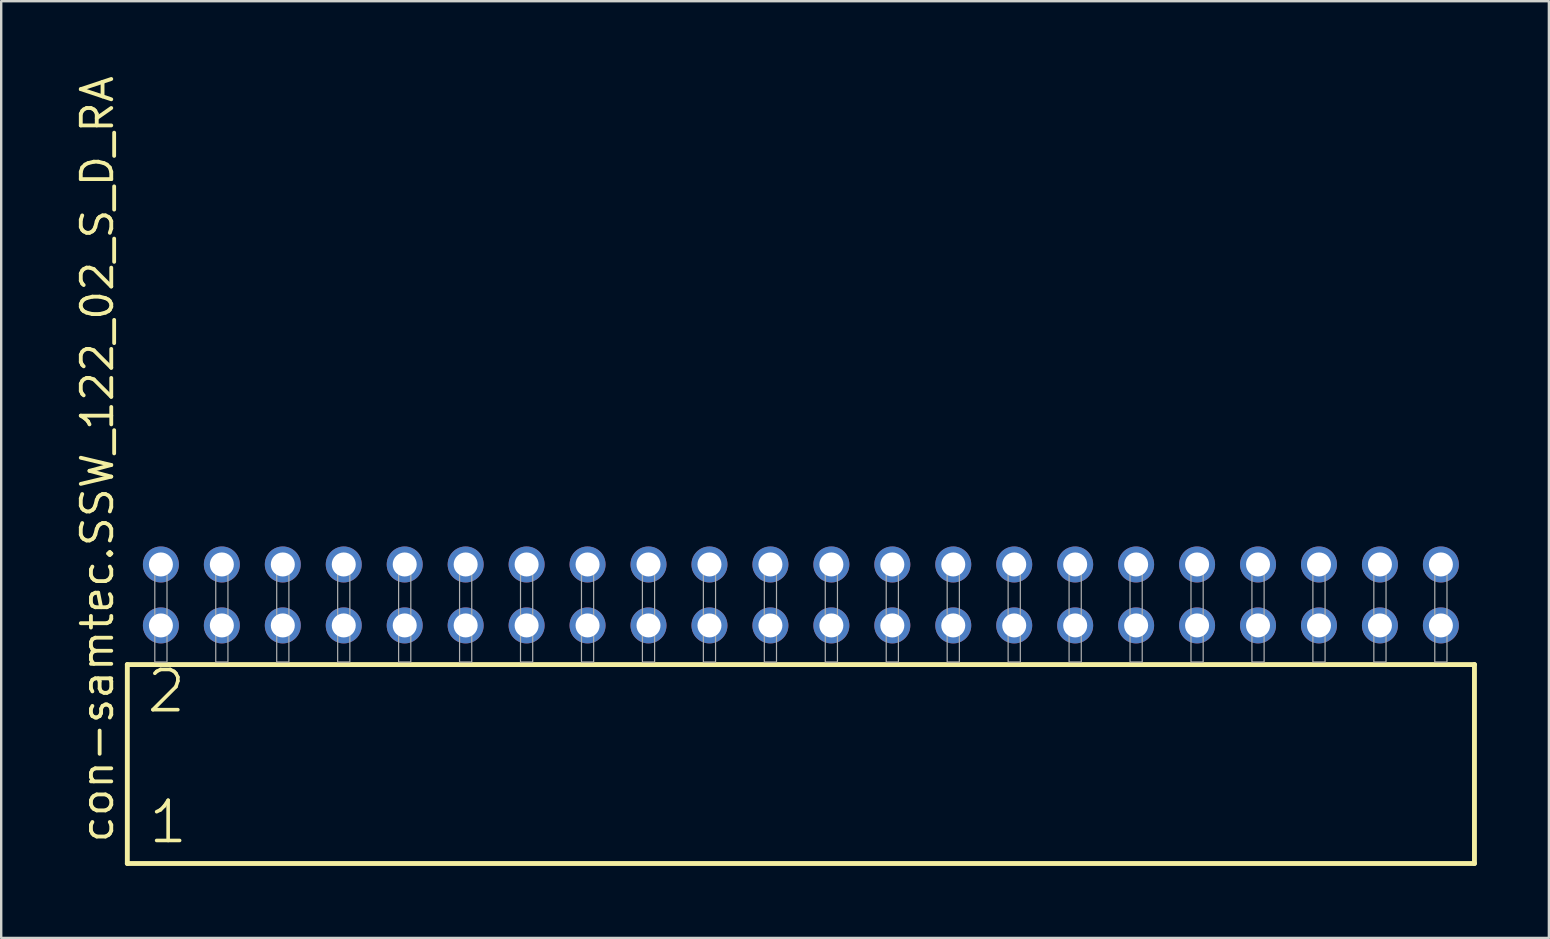
<source format=kicad_pcb>
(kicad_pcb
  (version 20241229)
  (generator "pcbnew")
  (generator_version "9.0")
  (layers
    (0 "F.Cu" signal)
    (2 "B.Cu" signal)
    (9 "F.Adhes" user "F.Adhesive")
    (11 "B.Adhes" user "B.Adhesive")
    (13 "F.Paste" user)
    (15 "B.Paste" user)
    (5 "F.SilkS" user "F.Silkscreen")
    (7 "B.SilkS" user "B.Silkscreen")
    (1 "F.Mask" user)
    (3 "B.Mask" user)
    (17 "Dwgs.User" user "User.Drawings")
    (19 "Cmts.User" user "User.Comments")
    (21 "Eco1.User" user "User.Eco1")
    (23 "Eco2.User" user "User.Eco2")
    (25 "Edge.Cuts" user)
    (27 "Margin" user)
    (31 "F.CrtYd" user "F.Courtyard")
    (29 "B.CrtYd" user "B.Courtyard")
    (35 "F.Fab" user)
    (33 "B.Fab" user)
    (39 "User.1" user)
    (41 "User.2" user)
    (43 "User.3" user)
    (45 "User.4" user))
  (footprint "con-samtec.SSW_122_02_S_D_RA"
    (layer "F.Cu")
    (at 30.325 24.537)
    (property "Reference" "con-samtec.SSW_122_02_S_D_RA" (at -28.575 7.62 90) (layer "F.SilkS") (effects (font (size 1.27 1.27) (thickness 0.16)) (justify left bottom)))
    (attr through_hole)
    (fp_line (start -28.069 0.106) (end -28.069 8.396) (stroke (width 0.203) (type default)) (layer "F.SilkS"))
    (fp_line (start -28.069 8.396) (end 28.069 8.396) (stroke (width 0.203) (type default)) (layer "F.SilkS"))
    (fp_line (start 28.069 0.106) (end -28.069 0.106) (stroke (width 0.203) (type default)) (layer "F.SilkS"))
    (fp_line (start 28.069 8.396) (end 28.069 0.106) (stroke (width 0.203) (type default)) (layer "F.SilkS"))
    (fp_rect (start -26.924 0) (end -26.416 -4.318) (stroke (width 0.05) (type default)) (fill no) (layer "F.Fab"))
    (fp_rect (start -24.384 0) (end -23.876 -4.318) (stroke (width 0.05) (type default)) (fill no) (layer "F.Fab"))
    (fp_rect (start -21.844 0) (end -21.336 -4.318) (stroke (width 0.05) (type default)) (fill no) (layer "F.Fab"))
    (fp_rect (start -19.304 0) (end -18.796 -4.318) (stroke (width 0.05) (type default)) (fill no) (layer "F.Fab"))
    (fp_rect (start -16.764 0) (end -16.256 -4.318) (stroke (width 0.05) (type default)) (fill no) (layer "F.Fab"))
    (fp_rect (start -14.224 0) (end -13.716 -4.318) (stroke (width 0.05) (type default)) (fill no) (layer "F.Fab"))
    (fp_rect (start -11.684 0) (end -11.176 -4.318) (stroke (width 0.05) (type default)) (fill no) (layer "F.Fab"))
    (fp_rect (start -9.144 0) (end -8.636 -4.318) (stroke (width 0.05) (type default)) (fill no) (layer "F.Fab"))
    (fp_rect (start -6.604 0) (end -6.096 -4.318) (stroke (width 0.05) (type default)) (fill no) (layer "F.Fab"))
    (fp_rect (start -4.064 0) (end -3.556 -4.318) (stroke (width 0.05) (type default)) (fill no) (layer "F.Fab"))
    (fp_rect (start -1.524 0) (end -1.016 -4.318) (stroke (width 0.05) (type default)) (fill no) (layer "F.Fab"))
    (fp_rect (start 1.016 0) (end 1.524 -4.318) (stroke (width 0.05) (type default)) (fill no) (layer "F.Fab"))
    (fp_rect (start 3.556 0) (end 4.064 -4.318) (stroke (width 0.05) (type default)) (fill no) (layer "F.Fab"))
    (fp_rect (start 6.096 0) (end 6.604 -4.318) (stroke (width 0.05) (type default)) (fill no) (layer "F.Fab"))
    (fp_rect (start 8.636 0) (end 9.144 -4.318) (stroke (width 0.05) (type default)) (fill no) (layer "F.Fab"))
    (fp_rect (start 11.176 0) (end 11.684 -4.318) (stroke (width 0.05) (type default)) (fill no) (layer "F.Fab"))
    (fp_rect (start 13.716 0) (end 14.224 -4.318) (stroke (width 0.05) (type default)) (fill no) (layer "F.Fab"))
    (fp_rect (start 16.256 0) (end 16.764 -4.318) (stroke (width 0.05) (type default)) (fill no) (layer "F.Fab"))
    (fp_rect (start 18.796 0) (end 19.304 -4.318) (stroke (width 0.05) (type default)) (fill no) (layer "F.Fab"))
    (fp_rect (start 21.336 0) (end 21.844 -4.318) (stroke (width 0.05) (type default)) (fill no) (layer "F.Fab"))
    (fp_rect (start 23.876 0) (end 24.384 -4.318) (stroke (width 0.05) (type default)) (fill no) (layer "F.Fab"))
    (fp_rect (start 26.416 0) (end 26.924 -4.318) (stroke (width 0.05) (type default)) (fill no) (layer "F.Fab"))
    (fp_text user "1" (at -27.265 7.65 0) (layer "F.SilkS") (effects (font (size 1.676 1.676) (thickness 0.15)) (justify left bottom)))
    (fp_text user "2" (at -27.34 2.2 0) (layer "F.SilkS") (effects (font (size 1.676 1.676) (thickness 0.15)) (justify left bottom)))
    (pad "1" thru_hole circle (at -26.67 -1.524) (size 1.5 1.5) (drill 1) (layers "*.Cu" "*.Mask"))
    (pad "2" thru_hole circle (at -26.67 -4.064) (size 1.5 1.5) (drill 1) (layers "*.Cu" "*.Mask"))
    (pad "3" thru_hole circle (at -24.13 -1.524) (size 1.5 1.5) (drill 1) (layers "*.Cu" "*.Mask"))
    (pad "4" thru_hole circle (at -24.13 -4.064) (size 1.5 1.5) (drill 1) (layers "*.Cu" "*.Mask"))
    (pad "5" thru_hole circle (at -21.59 -1.524) (size 1.5 1.5) (drill 1) (layers "*.Cu" "*.Mask"))
    (pad "6" thru_hole circle (at -21.59 -4.064) (size 1.5 1.5) (drill 1) (layers "*.Cu" "*.Mask"))
    (pad "7" thru_hole circle (at -19.05 -1.524) (size 1.5 1.5) (drill 1) (layers "*.Cu" "*.Mask"))
    (pad "8" thru_hole circle (at -19.05 -4.064) (size 1.5 1.5) (drill 1) (layers "*.Cu" "*.Mask"))
    (pad "9" thru_hole circle (at -16.51 -1.524) (size 1.5 1.5) (drill 1) (layers "*.Cu" "*.Mask"))
    (pad "10" thru_hole circle (at -16.51 -4.064) (size 1.5 1.5) (drill 1) (layers "*.Cu" "*.Mask"))
    (pad "11" thru_hole circle (at -13.97 -1.524) (size 1.5 1.5) (drill 1) (layers "*.Cu" "*.Mask"))
    (pad "12" thru_hole circle (at -13.97 -4.064) (size 1.5 1.5) (drill 1) (layers "*.Cu" "*.Mask"))
    (pad "13" thru_hole circle (at -11.43 -1.524) (size 1.5 1.5) (drill 1) (layers "*.Cu" "*.Mask"))
    (pad "14" thru_hole circle (at -11.43 -4.064) (size 1.5 1.5) (drill 1) (layers "*.Cu" "*.Mask"))
    (pad "15" thru_hole circle (at -8.89 -1.524) (size 1.5 1.5) (drill 1) (layers "*.Cu" "*.Mask"))
    (pad "16" thru_hole circle (at -8.89 -4.064) (size 1.5 1.5) (drill 1) (layers "*.Cu" "*.Mask"))
    (pad "17" thru_hole circle (at -6.35 -1.524) (size 1.5 1.5) (drill 1) (layers "*.Cu" "*.Mask"))
    (pad "18" thru_hole circle (at -6.35 -4.064) (size 1.5 1.5) (drill 1) (layers "*.Cu" "*.Mask"))
    (pad "19" thru_hole circle (at -3.81 -1.524) (size 1.5 1.5) (drill 1) (layers "*.Cu" "*.Mask"))
    (pad "20" thru_hole circle (at -3.81 -4.064) (size 1.5 1.5) (drill 1) (layers "*.Cu" "*.Mask"))
    (pad "21" thru_hole circle (at -1.27 -1.524) (size 1.5 1.5) (drill 1) (layers "*.Cu" "*.Mask"))
    (pad "22" thru_hole circle (at -1.27 -4.064) (size 1.5 1.5) (drill 1) (layers "*.Cu" "*.Mask"))
    (pad "23" thru_hole circle (at 1.27 -1.524) (size 1.5 1.5) (drill 1) (layers "*.Cu" "*.Mask"))
    (pad "24" thru_hole circle (at 1.27 -4.064) (size 1.5 1.5) (drill 1) (layers "*.Cu" "*.Mask"))
    (pad "25" thru_hole circle (at 3.81 -1.524) (size 1.5 1.5) (drill 1) (layers "*.Cu" "*.Mask"))
    (pad "26" thru_hole circle (at 3.81 -4.064) (size 1.5 1.5) (drill 1) (layers "*.Cu" "*.Mask"))
    (pad "27" thru_hole circle (at 6.35 -1.524) (size 1.5 1.5) (drill 1) (layers "*.Cu" "*.Mask"))
    (pad "28" thru_hole circle (at 6.35 -4.064) (size 1.5 1.5) (drill 1) (layers "*.Cu" "*.Mask"))
    (pad "29" thru_hole circle (at 8.89 -1.524) (size 1.5 1.5) (drill 1) (layers "*.Cu" "*.Mask"))
    (pad "30" thru_hole circle (at 8.89 -4.064) (size 1.5 1.5) (drill 1) (layers "*.Cu" "*.Mask"))
    (pad "31" thru_hole circle (at 11.43 -1.524) (size 1.5 1.5) (drill 1) (layers "*.Cu" "*.Mask"))
    (pad "32" thru_hole circle (at 11.43 -4.064) (size 1.5 1.5) (drill 1) (layers "*.Cu" "*.Mask"))
    (pad "33" thru_hole circle (at 13.97 -1.524) (size 1.5 1.5) (drill 1) (layers "*.Cu" "*.Mask"))
    (pad "34" thru_hole circle (at 13.97 -4.064) (size 1.5 1.5) (drill 1) (layers "*.Cu" "*.Mask"))
    (pad "35" thru_hole circle (at 16.51 -1.524) (size 1.5 1.5) (drill 1) (layers "*.Cu" "*.Mask"))
    (pad "36" thru_hole circle (at 16.51 -4.064) (size 1.5 1.5) (drill 1) (layers "*.Cu" "*.Mask"))
    (pad "37" thru_hole circle (at 19.05 -1.524) (size 1.5 1.5) (drill 1) (layers "*.Cu" "*.Mask"))
    (pad "38" thru_hole circle (at 19.05 -4.064) (size 1.5 1.5) (drill 1) (layers "*.Cu" "*.Mask"))
    (pad "39" thru_hole circle (at 21.59 -1.524) (size 1.5 1.5) (drill 1) (layers "*.Cu" "*.Mask"))
    (pad "40" thru_hole circle (at 21.59 -4.064) (size 1.5 1.5) (drill 1) (layers "*.Cu" "*.Mask"))
    (pad "41" thru_hole circle (at 24.13 -1.524) (size 1.5 1.5) (drill 1) (layers "*.Cu" "*.Mask"))
    (pad "42" thru_hole circle (at 24.13 -4.064) (size 1.5 1.5) (drill 1) (layers "*.Cu" "*.Mask"))
    (pad "43" thru_hole circle (at 26.67 -1.524) (size 1.5 1.5) (drill 1) (layers "*.Cu" "*.Mask"))
    (pad "44" thru_hole circle (at 26.67 -4.064) (size 1.5 1.5) (drill 1) (layers "*.Cu" "*.Mask")))
  (gr_rect
    (start -3 -3)
    (end 61.496 36.035)
    (stroke (width 0.1) (type default))
    (fill no)
    (layer "Edge.Cuts")))
</source>
